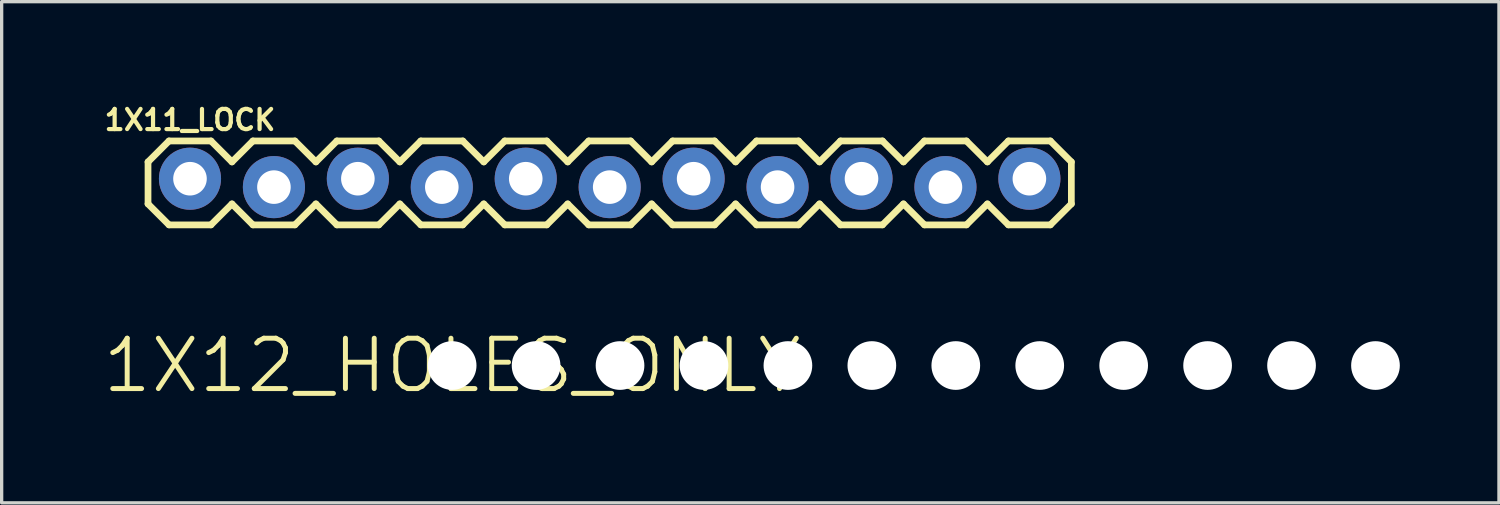
<source format=kicad_pcb>
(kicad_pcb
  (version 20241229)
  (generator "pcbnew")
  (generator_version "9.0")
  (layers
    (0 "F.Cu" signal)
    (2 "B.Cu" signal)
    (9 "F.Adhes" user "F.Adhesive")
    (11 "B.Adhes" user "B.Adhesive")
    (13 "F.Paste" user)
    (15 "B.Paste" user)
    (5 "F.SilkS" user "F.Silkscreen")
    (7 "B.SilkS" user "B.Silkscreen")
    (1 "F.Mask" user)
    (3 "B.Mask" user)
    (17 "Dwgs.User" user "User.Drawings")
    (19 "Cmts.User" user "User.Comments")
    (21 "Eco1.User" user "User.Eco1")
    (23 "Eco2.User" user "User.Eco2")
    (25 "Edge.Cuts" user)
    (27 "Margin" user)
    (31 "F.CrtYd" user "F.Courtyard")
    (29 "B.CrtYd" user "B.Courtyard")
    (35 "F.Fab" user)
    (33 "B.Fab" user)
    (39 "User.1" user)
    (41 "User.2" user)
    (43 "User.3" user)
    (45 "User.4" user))
  (footprint "1X11_LOCK"
    (layer "F.Cu")
    (at 2.699 2.485)
    (property "Reference" "1X11_LOCK" (at 0 -1.905 0) (layer "F.SilkS") (effects (font (size 0.61 0.61) (thickness 0.127))))
    (attr exclude_from_pos_files exclude_from_bom)
    (fp_line (start -1.27 -0.635) (end -1.27 0.635) (stroke (width 0.203) (type solid)) (layer "F.SilkS"))
    (fp_line (start -1.27 0.635) (end -0.635 1.27) (stroke (width 0.203) (type solid)) (layer "F.SilkS"))
    (fp_line (start -0.635 -1.27) (end -1.27 -0.635) (stroke (width 0.203) (type solid)) (layer "F.SilkS"))
    (fp_line (start -0.635 -1.27) (end 0.635 -1.27) (stroke (width 0.203) (type solid)) (layer "F.SilkS"))
    (fp_line (start 0.635 -1.27) (end 1.27 -0.635) (stroke (width 0.203) (type solid)) (layer "F.SilkS"))
    (fp_line (start 0.635 1.27) (end -0.635 1.27) (stroke (width 0.203) (type solid)) (layer "F.SilkS"))
    (fp_line (start 1.27 -0.635) (end 1.905 -1.27) (stroke (width 0.203) (type solid)) (layer "F.SilkS"))
    (fp_line (start 1.27 0.635) (end 0.635 1.27) (stroke (width 0.203) (type solid)) (layer "F.SilkS"))
    (fp_line (start 1.905 -1.27) (end 3.175 -1.27) (stroke (width 0.203) (type solid)) (layer "F.SilkS"))
    (fp_line (start 1.905 1.27) (end 1.27 0.635) (stroke (width 0.203) (type solid)) (layer "F.SilkS"))
    (fp_line (start 3.175 -1.27) (end 3.81 -0.635) (stroke (width 0.203) (type solid)) (layer "F.SilkS"))
    (fp_line (start 3.175 1.27) (end 1.905 1.27) (stroke (width 0.203) (type solid)) (layer "F.SilkS"))
    (fp_line (start 3.81 -0.635) (end 4.445 -1.27) (stroke (width 0.203) (type solid)) (layer "F.SilkS"))
    (fp_line (start 3.81 0.635) (end 3.175 1.27) (stroke (width 0.203) (type solid)) (layer "F.SilkS"))
    (fp_line (start 4.445 -1.27) (end 5.715 -1.27) (stroke (width 0.203) (type solid)) (layer "F.SilkS"))
    (fp_line (start 4.445 1.27) (end 3.81 0.635) (stroke (width 0.203) (type solid)) (layer "F.SilkS"))
    (fp_line (start 5.715 -1.27) (end 6.35 -0.635) (stroke (width 0.203) (type solid)) (layer "F.SilkS"))
    (fp_line (start 5.715 1.27) (end 4.445 1.27) (stroke (width 0.203) (type solid)) (layer "F.SilkS"))
    (fp_line (start 6.35 0.635) (end 5.715 1.27) (stroke (width 0.203) (type solid)) (layer "F.SilkS"))
    (fp_line (start 6.35 0.635) (end 6.985 1.27) (stroke (width 0.203) (type solid)) (layer "F.SilkS"))
    (fp_line (start 6.985 -1.27) (end 6.35 -0.635) (stroke (width 0.203) (type solid)) (layer "F.SilkS"))
    (fp_line (start 6.985 -1.27) (end 8.255 -1.27) (stroke (width 0.203) (type solid)) (layer "F.SilkS"))
    (fp_line (start 8.255 -1.27) (end 8.89 -0.635) (stroke (width 0.203) (type solid)) (layer "F.SilkS"))
    (fp_line (start 8.255 1.27) (end 6.985 1.27) (stroke (width 0.203) (type solid)) (layer "F.SilkS"))
    (fp_line (start 8.89 -0.635) (end 9.525 -1.27) (stroke (width 0.203) (type solid)) (layer "F.SilkS"))
    (fp_line (start 8.89 0.635) (end 8.255 1.27) (stroke (width 0.203) (type solid)) (layer "F.SilkS"))
    (fp_line (start 9.525 -1.27) (end 10.795 -1.27) (stroke (width 0.203) (type solid)) (layer "F.SilkS"))
    (fp_line (start 9.525 1.27) (end 8.89 0.635) (stroke (width 0.203) (type solid)) (layer "F.SilkS"))
    (fp_line (start 10.795 -1.27) (end 11.43 -0.635) (stroke (width 0.203) (type solid)) (layer "F.SilkS"))
    (fp_line (start 10.795 1.27) (end 9.525 1.27) (stroke (width 0.203) (type solid)) (layer "F.SilkS"))
    (fp_line (start 11.43 -0.635) (end 12.065 -1.27) (stroke (width 0.203) (type solid)) (layer "F.SilkS"))
    (fp_line (start 11.43 0.635) (end 10.795 1.27) (stroke (width 0.203) (type solid)) (layer "F.SilkS"))
    (fp_line (start 12.065 -1.27) (end 13.335 -1.27) (stroke (width 0.203) (type solid)) (layer "F.SilkS"))
    (fp_line (start 12.065 1.27) (end 11.43 0.635) (stroke (width 0.203) (type solid)) (layer "F.SilkS"))
    (fp_line (start 13.335 -1.27) (end 13.97 -0.635) (stroke (width 0.203) (type solid)) (layer "F.SilkS"))
    (fp_line (start 13.335 1.27) (end 12.065 1.27) (stroke (width 0.203) (type solid)) (layer "F.SilkS"))
    (fp_line (start 13.97 0.635) (end 13.335 1.27) (stroke (width 0.203) (type solid)) (layer "F.SilkS"))
    (fp_line (start 13.97 0.635) (end 14.605 1.27) (stroke (width 0.203) (type solid)) (layer "F.SilkS"))
    (fp_line (start 14.605 -1.27) (end 13.97 -0.635) (stroke (width 0.203) (type solid)) (layer "F.SilkS"))
    (fp_line (start 14.605 -1.27) (end 15.875 -1.27) (stroke (width 0.203) (type solid)) (layer "F.SilkS"))
    (fp_line (start 15.875 -1.27) (end 16.51 -0.635) (stroke (width 0.203) (type solid)) (layer "F.SilkS"))
    (fp_line (start 15.875 1.27) (end 14.605 1.27) (stroke (width 0.203) (type solid)) (layer "F.SilkS"))
    (fp_line (start 16.51 0.635) (end 15.875 1.27) (stroke (width 0.203) (type solid)) (layer "F.SilkS"))
    (fp_line (start 16.51 0.635) (end 17.145 1.27) (stroke (width 0.203) (type solid)) (layer "F.SilkS"))
    (fp_line (start 17.145 -1.27) (end 16.51 -0.635) (stroke (width 0.203) (type solid)) (layer "F.SilkS"))
    (fp_line (start 17.145 -1.27) (end 18.415 -1.27) (stroke (width 0.203) (type solid)) (layer "F.SilkS"))
    (fp_line (start 18.415 -1.27) (end 19.05 -0.635) (stroke (width 0.203) (type solid)) (layer "F.SilkS"))
    (fp_line (start 18.415 1.27) (end 17.145 1.27) (stroke (width 0.203) (type solid)) (layer "F.SilkS"))
    (fp_line (start 19.05 0.635) (end 18.415 1.27) (stroke (width 0.203) (type solid)) (layer "F.SilkS"))
    (fp_line (start 19.05 0.635) (end 19.685 1.27) (stroke (width 0.203) (type solid)) (layer "F.SilkS"))
    (fp_line (start 19.685 -1.27) (end 19.05 -0.635) (stroke (width 0.203) (type solid)) (layer "F.SilkS"))
    (fp_line (start 19.685 -1.27) (end 20.955 -1.27) (stroke (width 0.203) (type solid)) (layer "F.SilkS"))
    (fp_line (start 20.955 -1.27) (end 21.59 -0.635) (stroke (width 0.203) (type solid)) (layer "F.SilkS"))
    (fp_line (start 20.955 1.27) (end 19.685 1.27) (stroke (width 0.203) (type solid)) (layer "F.SilkS"))
    (fp_line (start 21.59 0.635) (end 20.955 1.27) (stroke (width 0.203) (type solid)) (layer "F.SilkS"))
    (fp_line (start 21.59 0.635) (end 22.225 1.27) (stroke (width 0.203) (type solid)) (layer "F.SilkS"))
    (fp_line (start 22.225 -1.27) (end 21.59 -0.635) (stroke (width 0.203) (type solid)) (layer "F.SilkS"))
    (fp_line (start 22.225 -1.27) (end 23.495 -1.27) (stroke (width 0.203) (type solid)) (layer "F.SilkS"))
    (fp_line (start 23.495 -1.27) (end 24.13 -0.635) (stroke (width 0.203) (type solid)) (layer "F.SilkS"))
    (fp_line (start 23.495 1.27) (end 22.225 1.27) (stroke (width 0.203) (type solid)) (layer "F.SilkS"))
    (fp_line (start 24.13 0.635) (end 23.495 1.27) (stroke (width 0.203) (type solid)) (layer "F.SilkS"))
    (fp_line (start 24.13 0.635) (end 24.765 1.27) (stroke (width 0.203) (type solid)) (layer "F.SilkS"))
    (fp_line (start 24.765 -1.27) (end 24.13 -0.635) (stroke (width 0.203) (type solid)) (layer "F.SilkS"))
    (fp_line (start 24.765 -1.27) (end 26.035 -1.27) (stroke (width 0.203) (type solid)) (layer "F.SilkS"))
    (fp_line (start 26.035 -1.27) (end 26.67 -0.635) (stroke (width 0.203) (type solid)) (layer "F.SilkS"))
    (fp_line (start 26.035 1.27) (end 24.765 1.27) (stroke (width 0.203) (type solid)) (layer "F.SilkS"))
    (fp_line (start 26.67 -0.635) (end 26.67 0.635) (stroke (width 0.203) (type solid)) (layer "F.SilkS"))
    (fp_line (start 26.67 0.635) (end 26.035 1.27) (stroke (width 0.203) (type solid)) (layer "F.SilkS"))
    (pad "1" thru_hole circle (at 0 -0.127) (size 1.88 1.88) (drill 1.016) (layers "*.Cu" "*.Mask"))
    (pad "2" thru_hole circle (at 2.54 0.127) (size 1.88 1.88) (drill 1.016) (layers "*.Cu" "*.Mask"))
    (pad "3" thru_hole circle (at 5.08 -0.127) (size 1.88 1.88) (drill 1.016) (layers "*.Cu" "*.Mask"))
    (pad "4" thru_hole circle (at 7.62 0.127) (size 1.88 1.88) (drill 1.016) (layers "*.Cu" "*.Mask"))
    (pad "5" thru_hole circle (at 10.16 -0.127) (size 1.88 1.88) (drill 1.016) (layers "*.Cu" "*.Mask"))
    (pad "6" thru_hole circle (at 12.7 0.127) (size 1.88 1.88) (drill 1.016) (layers "*.Cu" "*.Mask"))
    (pad "7" thru_hole circle (at 15.24 -0.127) (size 1.88 1.88) (drill 1.016) (layers "*.Cu" "*.Mask"))
    (pad "8" thru_hole circle (at 17.78 0.127) (size 1.88 1.88) (drill 1.016) (layers "*.Cu" "*.Mask"))
    (pad "9" thru_hole circle (at 20.32 -0.127) (size 1.88 1.88) (drill 1.016) (layers "*.Cu" "*.Mask"))
    (pad "10" thru_hole circle (at 22.86 0.127) (size 1.88 1.88) (drill 1.016) (layers "*.Cu" "*.Mask"))
    (pad "11" thru_hole circle (at 25.4 -0.127) (size 1.88 1.88) (drill 1.016) (layers "*.Cu" "*.Mask")))
  (footprint "1X12_HOLES_ONLY"
    (layer "F.Cu")
    (at 10.632 8.011)
    (property "Reference" "1X12_HOLES_ONLY" (at 0 0 0) (layer "F.SilkS") (effects (font (size 1.524 1.524) (thickness 0.15))))
    (attr exclude_from_pos_files exclude_from_bom)
    (fp_circle (center 0 0) (end 0 -0.635) (stroke (width 0.127) (type solid)) (fill no) (layer "Dwgs.User"))
    (fp_circle (center 2.54 0) (end 2.54 -0.635) (stroke (width 0.127) (type solid)) (fill no) (layer "Dwgs.User"))
    (fp_circle (center 5.08 0) (end 5.08 -0.635) (stroke (width 0.127) (type solid)) (fill no) (layer "Dwgs.User"))
    (fp_circle (center 7.62 0) (end 7.62 -0.635) (stroke (width 0.127) (type solid)) (fill no) (layer "Dwgs.User"))
    (fp_circle (center 10.16 0) (end 10.16 -0.635) (stroke (width 0.127) (type solid)) (fill no) (layer "Dwgs.User"))
    (fp_circle (center 12.7 0) (end 12.7 -0.635) (stroke (width 0.127) (type solid)) (fill no) (layer "Dwgs.User"))
    (fp_circle (center 15.24 0) (end 15.24 -0.635) (stroke (width 0.127) (type solid)) (fill no) (layer "Dwgs.User"))
    (fp_circle (center 17.78 0) (end 17.78 -0.635) (stroke (width 0.127) (type solid)) (fill no) (layer "Dwgs.User"))
    (fp_circle (center 20.32 0) (end 20.32 -0.635) (stroke (width 0.127) (type solid)) (fill no) (layer "Dwgs.User"))
    (fp_circle (center 22.86 0) (end 22.86 -0.635) (stroke (width 0.127) (type solid)) (fill no) (layer "Dwgs.User"))
    (fp_circle (center 25.4 0) (end 25.4 -0.635) (stroke (width 0.127) (type solid)) (fill no) (layer "Dwgs.User"))
    (fp_circle (center 27.94 0) (end 27.94 -0.635) (stroke (width 0.127) (type solid)) (fill no) (layer "Dwgs.User"))
    (pad "" np_thru_hole circle (at 0 0) (size 1.473 1.473) (drill 1.473) (layers "*.Cu" "*.Mask"))
    (pad "" np_thru_hole circle (at 2.54 0) (size 1.473 1.473) (drill 1.473) (layers "*.Cu" "*.Mask"))
    (pad "" np_thru_hole circle (at 5.08 0) (size 1.473 1.473) (drill 1.473) (layers "*.Cu" "*.Mask"))
    (pad "" np_thru_hole circle (at 7.62 0) (size 1.473 1.473) (drill 1.473) (layers "*.Cu" "*.Mask"))
    (pad "" np_thru_hole circle (at 10.16 0) (size 1.473 1.473) (drill 1.473) (layers "*.Cu" "*.Mask"))
    (pad "" np_thru_hole circle (at 12.7 0) (size 1.473 1.473) (drill 1.473) (layers "*.Cu" "*.Mask"))
    (pad "" np_thru_hole circle (at 15.24 0) (size 1.473 1.473) (drill 1.473) (layers "*.Cu" "*.Mask"))
    (pad "" np_thru_hole circle (at 17.78 0) (size 1.473 1.473) (drill 1.473) (layers "*.Cu" "*.Mask"))
    (pad "" np_thru_hole circle (at 20.32 0) (size 1.473 1.473) (drill 1.473) (layers "*.Cu" "*.Mask"))
    (pad "" np_thru_hole circle (at 22.86 0) (size 1.473 1.473) (drill 1.473) (layers "*.Cu" "*.Mask"))
    (pad "" np_thru_hole circle (at 25.4 0) (size 1.473 1.473) (drill 1.473) (layers "*.Cu" "*.Mask"))
    (pad "" np_thru_hole circle (at 27.94 0) (size 1.473 1.473) (drill 1.473) (layers "*.Cu" "*.Mask"))
    (pad "1" thru_hole circle (at 0 0) (size 0.813 0.813) (drill 0.889) (layers "*.Cu" "*.Mask"))
    (pad "2" thru_hole circle (at 2.54 0) (size 0.813 0.813) (drill 0.889) (layers "*.Cu" "*.Mask"))
    (pad "3" thru_hole circle (at 5.08 0) (size 0.813 0.813) (drill 0.889) (layers "*.Cu" "*.Mask"))
    (pad "4" thru_hole circle (at 7.62 0) (size 0.813 0.813) (drill 0.889) (layers "*.Cu" "*.Mask"))
    (pad "5" thru_hole circle (at 10.16 0) (size 0.813 0.813) (drill 0.889) (layers "*.Cu" "*.Mask"))
    (pad "6" thru_hole circle (at 12.7 0) (size 0.813 0.813) (drill 0.889) (layers "*.Cu" "*.Mask"))
    (pad "7" thru_hole circle (at 15.24 0) (size 0.813 0.813) (drill 0.889) (layers "*.Cu" "*.Mask"))
    (pad "8" thru_hole circle (at 17.78 0) (size 0.813 0.813) (drill 0.889) (layers "*.Cu" "*.Mask"))
    (pad "9" thru_hole circle (at 20.32 0) (size 0.813 0.813) (drill 0.889) (layers "*.Cu" "*.Mask"))
    (pad "10" thru_hole circle (at 22.86 0) (size 0.813 0.813) (drill 0.889) (layers "*.Cu" "*.Mask"))
    (pad "11" thru_hole circle (at 25.4 0) (size 0.813 0.813) (drill 0.889) (layers "*.Cu" "*.Mask"))
    (pad "12" thru_hole circle (at 27.94 0) (size 0.813 0.813) (drill 0.889) (layers "*.Cu" "*.Mask")))
  (gr_rect
    (start -3 -3)
    (end 42.308 12.166)
    (stroke (width 0.1) (type default))
    (fill no)
    (layer "Edge.Cuts")))
</source>
